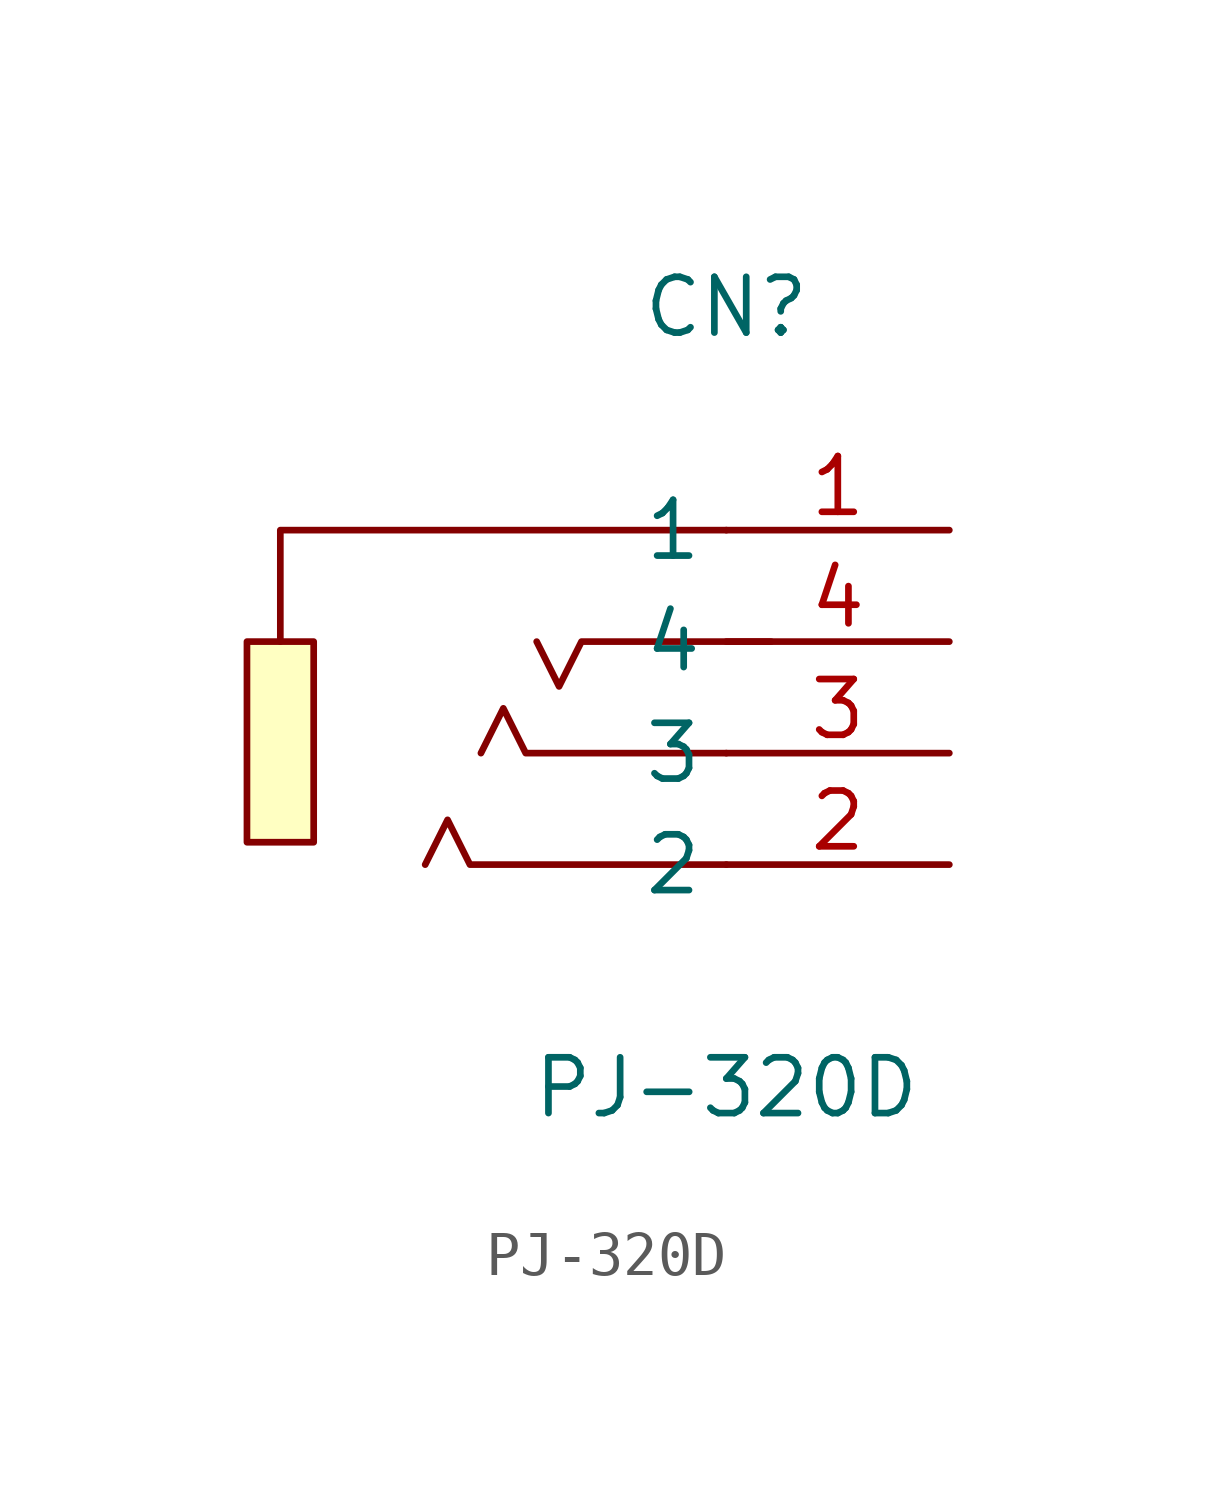
<source format=kicad_sym>
(kicad_symbol_lib
  (version 20231120)
  (generator "kicad_symbol_editor")
  (generator_version "8.0")
  (symbol "PJ-320D"
    (property "Reference" "CN"
      (at 0 7.62 0)
      (effects (font (size 1.27 1.27))))
    (property "Value" "PJ-320D"
      (at 0 -10.16 0)
      (effects (font (size 1.27 1.27))))
    (symbol "PJ-320D_0_1"
      (rectangle (start -10.92 -0.00) (end -9.40 -4.57) (stroke (width 0) (type default) (color 0 0 0 0)) (fill (type background)))
      (polyline (pts (xy 0.00 -5.08) (xy -5.84 -5.08) (xy -6.35 -4.06) (xy -6.86 -5.08)) (stroke (width 0) (type default) (color 0 0 0 0)) (fill (type none)))
      (polyline (pts (xy 0.00 -2.54) (xy -4.57 -2.54) (xy -5.08 -1.52) (xy -5.59 -2.54)) (stroke (width 0) (type default) (color 0 0 0 0)) (fill (type none)))
      (polyline (pts (xy 1.02 -0.00) (xy -3.30 -0.00) (xy -3.81 -1.02) (xy -4.32 -0.00)) (stroke (width 0) (type default) (color 0 0 0 0)) (fill (type none)))
      (polyline (pts (xy 0.00 2.54) (xy -10.16 2.54) (xy -10.16 -0.00)) (stroke (width 0) (type default) (color 0 0 0 0)) (fill (type none)))
      (pin unspecified line (at 5.08 -0.00 180) (length 5.08) (name "4" (effects (font (size 1.27 1.27)))) (number "4" (effects (font (size 1.27 1.27)))))
      (pin unspecified line (at 5.08 -5.08 180) (length 5.08) (name "2" (effects (font (size 1.27 1.27)))) (number "2" (effects (font (size 1.27 1.27)))))
      (pin unspecified line (at 5.08 -2.54 180) (length 5.08) (name "3" (effects (font (size 1.27 1.27)))) (number "3" (effects (font (size 1.27 1.27)))))
      (pin unspecified line (at 5.08 2.54 180) (length 5.08) (name "1" (effects (font (size 1.27 1.27)))) (number "1" (effects (font (size 1.27 1.27))))))))
</source>
